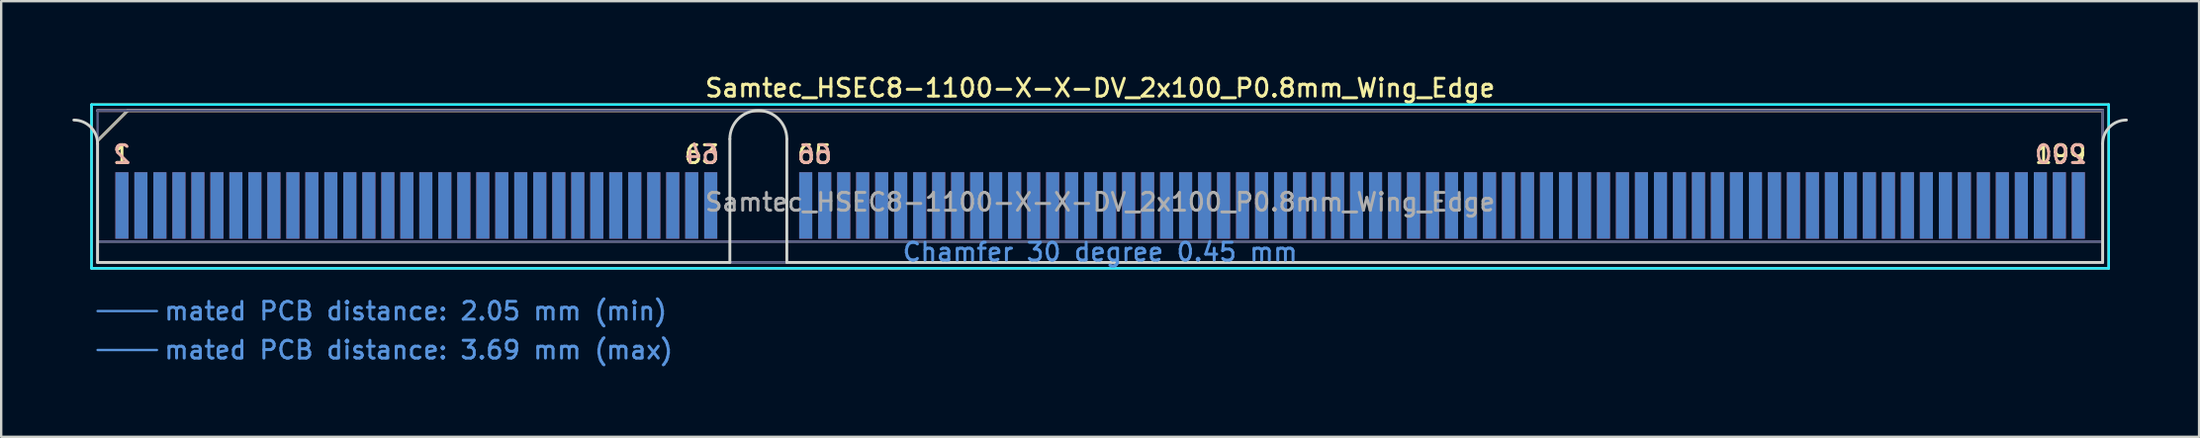
<source format=kicad_pcb>
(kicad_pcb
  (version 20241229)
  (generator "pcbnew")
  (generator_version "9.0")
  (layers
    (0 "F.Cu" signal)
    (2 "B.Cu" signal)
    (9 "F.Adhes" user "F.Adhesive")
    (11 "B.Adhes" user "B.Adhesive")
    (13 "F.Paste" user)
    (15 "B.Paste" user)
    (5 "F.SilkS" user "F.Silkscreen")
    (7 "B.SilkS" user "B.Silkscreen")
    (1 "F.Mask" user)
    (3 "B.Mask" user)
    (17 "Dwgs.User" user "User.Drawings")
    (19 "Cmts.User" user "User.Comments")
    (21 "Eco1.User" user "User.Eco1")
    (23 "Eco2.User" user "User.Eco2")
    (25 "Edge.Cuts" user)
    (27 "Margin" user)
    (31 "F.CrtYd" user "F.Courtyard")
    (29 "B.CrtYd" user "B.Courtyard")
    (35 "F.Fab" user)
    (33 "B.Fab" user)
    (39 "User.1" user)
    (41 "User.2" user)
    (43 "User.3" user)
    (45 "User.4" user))
  (footprint "Samtec_HSEC8-1100-X-X-DV_2x100_P0.8mm_Wing_Edge"
    (layer "F.Cu")
    (at 43.285 8.008)
    (property "Reference" "Samtec_HSEC8-1100-X-X-DV_2x100_P0.8mm_Wing_Edge" (at 0 -7.35 0) (layer "F.SilkS") (effects (font (size 0.75 0.75) (thickness 0.125))))
    (attr exclude_from_pos_files exclude_from_bom)
    (fp_line (start -42.48 -6.65) (end -42.48 0.25) (stroke (width 0.1) (type solid)) (layer "F.SilkS"))
    (fp_line (start -42.48 0.25) (end 42.48 0.25) (stroke (width 0.1) (type solid)) (layer "F.SilkS"))
    (fp_line (start -42.225 -5.13) (end -40.955 -6.4) (stroke (width 0.12) (type solid)) (layer "F.SilkS"))
    (fp_line (start -40.955 -6.4) (end 42.225 -6.4) (stroke (width 0.12) (type solid)) (layer "F.SilkS"))
    (fp_line (start 42.48 -6.65) (end -42.48 -6.65) (stroke (width 0.1) (type solid)) (layer "F.SilkS"))
    (fp_line (start 42.48 0.25) (end 42.48 -6.65) (stroke (width 0.1) (type solid)) (layer "F.SilkS"))
    (fp_line (start -42.225 -6.4) (end -42.225 -6.4) (stroke (width 0.12) (type solid)) (layer "B.SilkS"))
    (fp_line (start -42.225 -6.4) (end 42.225 -6.4) (stroke (width 0.12) (type solid)) (layer "B.SilkS"))
    (fp_line (start -42.225 2.05) (end -39.725 2.05) (stroke (width 0.1) (type solid)) (layer "Cmts.User"))
    (fp_line (start -42.225 3.69) (end -39.725 3.69) (stroke (width 0.1) (type solid)) (layer "Cmts.User"))
    (fp_line (start -42.225 -5) (end -42.225 0) (stroke (width 0.12) (type solid)) (layer "Edge.Cuts"))
    (fp_line (start -42.225 0) (end -15.595 0) (stroke (width 0.12) (type solid)) (layer "Edge.Cuts"))
    (fp_line (start -15.595 0) (end -15.595 -5.2) (stroke (width 0.12) (type solid)) (layer "Edge.Cuts"))
    (fp_line (start -13.195 -5.2) (end -13.195 0) (stroke (width 0.12) (type solid)) (layer "Edge.Cuts"))
    (fp_line (start -13.195 0) (end 42.225 0) (stroke (width 0.12) (type solid)) (layer "Edge.Cuts"))
    (fp_line (start 42.225 0) (end 42.225 -5) (stroke (width 0.12) (type solid)) (layer "Edge.Cuts"))
    (fp_arc (start -43.225 -6) (mid -42.517893 -5.707107) (end -42.225 -5) (stroke (width 0.12) (type solid)) (layer "Edge.Cuts"))
    (fp_arc (start -15.595 -5.2) (mid -14.395 -6.4) (end -13.195 -5.2) (stroke (width 0.12) (type solid)) (layer "Edge.Cuts"))
    (fp_arc (start 42.225 -5) (mid 42.517893 -5.707107) (end 43.225 -6) (stroke (width 0.12) (type solid)) (layer "Edge.Cuts"))
    (fp_line (start -42.48 -6.65) (end -42.48 0.25) (stroke (width 0.1) (type solid)) (layer "B.CrtYd"))
    (fp_line (start -42.48 0.25) (end 42.48 0.25) (stroke (width 0.1) (type solid)) (layer "B.CrtYd"))
    (fp_line (start 42.48 -6.65) (end -42.48 -6.65) (stroke (width 0.1) (type solid)) (layer "B.CrtYd"))
    (fp_line (start 42.48 0.25) (end 42.48 -6.65) (stroke (width 0.1) (type solid)) (layer "B.CrtYd"))
    (fp_line (start -42.225 -6.4) (end -42.225 -6.4) (stroke (width 0.1) (type solid)) (layer "B.Fab"))
    (fp_line (start -42.225 -6.4) (end -42.225 0) (stroke (width 0.1) (type solid)) (layer "B.Fab"))
    (fp_line (start -42.225 -6.4) (end 42.225 -6.4) (stroke (width 0.1) (type solid)) (layer "B.Fab"))
    (fp_line (start -42.225 -0.88) (end 42.225 -0.88) (stroke (width 0.1) (type solid)) (layer "B.Fab"))
    (fp_line (start -42.225 0) (end 42.225 0) (stroke (width 0.1) (type solid)) (layer "B.Fab"))
    (fp_line (start 42.225 -6.4) (end 42.225 0) (stroke (width 0.1) (type solid)) (layer "B.Fab"))
    (fp_line (start -42.225 -5.13) (end -42.225 0) (stroke (width 0.1) (type solid)) (layer "F.Fab"))
    (fp_line (start -42.225 -5.13) (end -40.955 -6.4) (stroke (width 0.1) (type solid)) (layer "F.Fab"))
    (fp_line (start -42.225 -0.88) (end 42.225 -0.88) (stroke (width 0.1) (type solid)) (layer "F.Fab"))
    (fp_line (start -42.225 0) (end 42.225 0) (stroke (width 0.1) (type solid)) (layer "F.Fab"))
    (fp_line (start -40.955 -6.4) (end 42.225 -6.4) (stroke (width 0.1) (type solid)) (layer "F.Fab"))
    (fp_line (start 42.225 -6.4) (end 42.225 0) (stroke (width 0.1) (type solid)) (layer "F.Fab"))
    (fp_text user "199" (at 40.45 -4.55 0) (layer "F.SilkS") (effects (font (size 0.75 0.75) (thickness 0.125))))
    (fp_text user "1" (at -41.2 -4.55 0) (layer "F.SilkS") (effects (font (size 0.75 0.75) (thickness 0.125))))
    (fp_text user "65" (at -12.025 -4.55 0) (layer "F.SilkS") (effects (font (size 0.75 0.75) (thickness 0.125))))
    (fp_text user "63" (at -16.775 -4.55 0) (layer "F.SilkS") (effects (font (size 0.75 0.75) (thickness 0.125))))
    (fp_text user "64" (at -16.775 -4.55 0) (layer "B.SilkS") (effects (font (size 0.75 0.75) (thickness 0.125)) (justify mirror)))
    (fp_text user "200" (at 40.45 -4.55 0) (layer "B.SilkS") (effects (font (size 0.75 0.75) (thickness 0.125)) (justify mirror)))
    (fp_text user "2" (at -41.2 -4.55 0) (layer "B.SilkS") (effects (font (size 0.75 0.75) (thickness 0.125)) (justify mirror)))
    (fp_text user "66" (at -12.025 -4.55 0) (layer "B.SilkS") (effects (font (size 0.75 0.75) (thickness 0.125)) (justify mirror)))
    (fp_text user "mated PCB distance: 2.05 mm (min)" (at -39.48 2.05 0) (layer "Cmts.User") (effects (font (size 0.75 0.75) (thickness 0.125)) (justify left)))
    (fp_text user "mated PCB distance: 3.69 mm (max)" (at -39.48 3.69 0) (layer "Cmts.User") (effects (font (size 0.75 0.75) (thickness 0.125)) (justify left)))
    (fp_text user "Chamfer 30 degree 0.45 mm" (at 0 -0.44 0) (layer "Cmts.User") (effects (font (size 0.75 0.75) (thickness 0.125))))
    (fp_text user "${REFERENCE}" (at 0 -2.54 0) (layer "F.Fab") (effects (font (size 0.75 0.75) (thickness 0.125))))
    (pad "1" connect rect (at -41.2 -2.4) (size 0.55 2.8) (layers "F.Cu" "F.Mask"))
    (pad "2" connect rect (at -41.2 -2.4) (size 0.55 2.8) (layers "B.Cu" "B.Mask"))
    (pad "3" connect rect (at -40.4 -2.4) (size 0.55 2.8) (layers "F.Cu" "F.Mask"))
    (pad "4" connect rect (at -40.4 -2.4) (size 0.55 2.8) (layers "B.Cu" "B.Mask"))
    (pad "5" connect rect (at -39.6 -2.4) (size 0.55 2.8) (layers "F.Cu" "F.Mask"))
    (pad "6" connect rect (at -39.6 -2.4) (size 0.55 2.8) (layers "B.Cu" "B.Mask"))
    (pad "7" connect rect (at -38.8 -2.4) (size 0.55 2.8) (layers "F.Cu" "F.Mask"))
    (pad "8" connect rect (at -38.8 -2.4) (size 0.55 2.8) (layers "B.Cu" "B.Mask"))
    (pad "9" connect rect (at -38 -2.4) (size 0.55 2.8) (layers "F.Cu" "F.Mask"))
    (pad "10" connect rect (at -38 -2.4) (size 0.55 2.8) (layers "B.Cu" "B.Mask"))
    (pad "11" connect rect (at -37.2 -2.4) (size 0.55 2.8) (layers "F.Cu" "F.Mask"))
    (pad "12" connect rect (at -37.2 -2.4) (size 0.55 2.8) (layers "B.Cu" "B.Mask"))
    (pad "13" connect rect (at -36.4 -2.4) (size 0.55 2.8) (layers "F.Cu" "F.Mask"))
    (pad "14" connect rect (at -36.4 -2.4) (size 0.55 2.8) (layers "B.Cu" "B.Mask"))
    (pad "15" connect rect (at -35.6 -2.4) (size 0.55 2.8) (layers "F.Cu" "F.Mask"))
    (pad "16" connect rect (at -35.6 -2.4) (size 0.55 2.8) (layers "B.Cu" "B.Mask"))
    (pad "17" connect rect (at -34.8 -2.4) (size 0.55 2.8) (layers "F.Cu" "F.Mask"))
    (pad "18" connect rect (at -34.8 -2.4) (size 0.55 2.8) (layers "B.Cu" "B.Mask"))
    (pad "19" connect rect (at -34 -2.4) (size 0.55 2.8) (layers "F.Cu" "F.Mask"))
    (pad "20" connect rect (at -34 -2.4) (size 0.55 2.8) (layers "B.Cu" "B.Mask"))
    (pad "21" connect rect (at -33.2 -2.4) (size 0.55 2.8) (layers "F.Cu" "F.Mask"))
    (pad "22" connect rect (at -33.2 -2.4) (size 0.55 2.8) (layers "B.Cu" "B.Mask"))
    (pad "23" connect rect (at -32.4 -2.4) (size 0.55 2.8) (layers "F.Cu" "F.Mask"))
    (pad "24" connect rect (at -32.4 -2.4) (size 0.55 2.8) (layers "B.Cu" "B.Mask"))
    (pad "25" connect rect (at -31.6 -2.4) (size 0.55 2.8) (layers "F.Cu" "F.Mask"))
    (pad "26" connect rect (at -31.6 -2.4) (size 0.55 2.8) (layers "B.Cu" "B.Mask"))
    (pad "27" connect rect (at -30.8 -2.4) (size 0.55 2.8) (layers "F.Cu" "F.Mask"))
    (pad "28" connect rect (at -30.8 -2.4) (size 0.55 2.8) (layers "B.Cu" "B.Mask"))
    (pad "29" connect rect (at -30 -2.4) (size 0.55 2.8) (layers "F.Cu" "F.Mask"))
    (pad "30" connect rect (at -30 -2.4) (size 0.55 2.8) (layers "B.Cu" "B.Mask"))
    (pad "31" connect rect (at -29.2 -2.4) (size 0.55 2.8) (layers "F.Cu" "F.Mask"))
    (pad "32" connect rect (at -29.2 -2.4) (size 0.55 2.8) (layers "B.Cu" "B.Mask"))
    (pad "33" connect rect (at -28.4 -2.4) (size 0.55 2.8) (layers "F.Cu" "F.Mask"))
    (pad "34" connect rect (at -28.4 -2.4) (size 0.55 2.8) (layers "B.Cu" "B.Mask"))
    (pad "35" connect rect (at -27.6 -2.4) (size 0.55 2.8) (layers "F.Cu" "F.Mask"))
    (pad "36" connect rect (at -27.6 -2.4) (size 0.55 2.8) (layers "B.Cu" "B.Mask"))
    (pad "37" connect rect (at -26.8 -2.4) (size 0.55 2.8) (layers "F.Cu" "F.Mask"))
    (pad "38" connect rect (at -26.8 -2.4) (size 0.55 2.8) (layers "B.Cu" "B.Mask"))
    (pad "39" connect rect (at -26 -2.4) (size 0.55 2.8) (layers "F.Cu" "F.Mask"))
    (pad "40" connect rect (at -26 -2.4) (size 0.55 2.8) (layers "B.Cu" "B.Mask"))
    (pad "41" connect rect (at -25.2 -2.4) (size 0.55 2.8) (layers "F.Cu" "F.Mask"))
    (pad "42" connect rect (at -25.2 -2.4) (size 0.55 2.8) (layers "B.Cu" "B.Mask"))
    (pad "43" connect rect (at -24.4 -2.4) (size 0.55 2.8) (layers "F.Cu" "F.Mask"))
    (pad "44" connect rect (at -24.4 -2.4) (size 0.55 2.8) (layers "B.Cu" "B.Mask"))
    (pad "45" connect rect (at -23.6 -2.4) (size 0.55 2.8) (layers "F.Cu" "F.Mask"))
    (pad "46" connect rect (at -23.6 -2.4) (size 0.55 2.8) (layers "B.Cu" "B.Mask"))
    (pad "47" connect rect (at -22.8 -2.4) (size 0.55 2.8) (layers "F.Cu" "F.Mask"))
    (pad "48" connect rect (at -22.8 -2.4) (size 0.55 2.8) (layers "B.Cu" "B.Mask"))
    (pad "49" connect rect (at -22 -2.4) (size 0.55 2.8) (layers "F.Cu" "F.Mask"))
    (pad "50" connect rect (at -22 -2.4) (size 0.55 2.8) (layers "B.Cu" "B.Mask"))
    (pad "51" connect rect (at -21.2 -2.4) (size 0.55 2.8) (layers "F.Cu" "F.Mask"))
    (pad "52" connect rect (at -21.2 -2.4) (size 0.55 2.8) (layers "B.Cu" "B.Mask"))
    (pad "53" connect rect (at -20.4 -2.4) (size 0.55 2.8) (layers "F.Cu" "F.Mask"))
    (pad "54" connect rect (at -20.4 -2.4) (size 0.55 2.8) (layers "B.Cu" "B.Mask"))
    (pad "55" connect rect (at -19.6 -2.4) (size 0.55 2.8) (layers "F.Cu" "F.Mask"))
    (pad "56" connect rect (at -19.6 -2.4) (size 0.55 2.8) (layers "B.Cu" "B.Mask"))
    (pad "57" connect rect (at -18.8 -2.4) (size 0.55 2.8) (layers "F.Cu" "F.Mask"))
    (pad "58" connect rect (at -18.8 -2.4) (size 0.55 2.8) (layers "B.Cu" "B.Mask"))
    (pad "59" connect rect (at -18 -2.4) (size 0.55 2.8) (layers "F.Cu" "F.Mask"))
    (pad "60" connect rect (at -18 -2.4) (size 0.55 2.8) (layers "B.Cu" "B.Mask"))
    (pad "61" connect rect (at -17.2 -2.4) (size 0.55 2.8) (layers "F.Cu" "F.Mask"))
    (pad "62" connect rect (at -17.2 -2.4) (size 0.55 2.8) (layers "B.Cu" "B.Mask"))
    (pad "63" connect rect (at -16.4 -2.4) (size 0.55 2.8) (layers "F.Cu" "F.Mask"))
    (pad "64" connect rect (at -16.4 -2.4) (size 0.55 2.8) (layers "B.Cu" "B.Mask"))
    (pad "65" connect rect (at -12.4 -2.4) (size 0.55 2.8) (layers "F.Cu" "F.Mask"))
    (pad "66" connect rect (at -12.4 -2.4) (size 0.55 2.8) (layers "B.Cu" "B.Mask"))
    (pad "67" connect rect (at -11.6 -2.4) (size 0.55 2.8) (layers "F.Cu" "F.Mask"))
    (pad "68" connect rect (at -11.6 -2.4) (size 0.55 2.8) (layers "B.Cu" "B.Mask"))
    (pad "69" connect rect (at -10.8 -2.4) (size 0.55 2.8) (layers "F.Cu" "F.Mask"))
    (pad "70" connect rect (at -10.8 -2.4) (size 0.55 2.8) (layers "B.Cu" "B.Mask"))
    (pad "71" connect rect (at -10 -2.4) (size 0.55 2.8) (layers "F.Cu" "F.Mask"))
    (pad "72" connect rect (at -10 -2.4) (size 0.55 2.8) (layers "B.Cu" "B.Mask"))
    (pad "73" connect rect (at -9.2 -2.4) (size 0.55 2.8) (layers "F.Cu" "F.Mask"))
    (pad "74" connect rect (at -9.2 -2.4) (size 0.55 2.8) (layers "B.Cu" "B.Mask"))
    (pad "75" connect rect (at -8.4 -2.4) (size 0.55 2.8) (layers "F.Cu" "F.Mask"))
    (pad "76" connect rect (at -8.4 -2.4) (size 0.55 2.8) (layers "B.Cu" "B.Mask"))
    (pad "77" connect rect (at -7.6 -2.4) (size 0.55 2.8) (layers "F.Cu" "F.Mask"))
    (pad "78" connect rect (at -7.6 -2.4) (size 0.55 2.8) (layers "B.Cu" "B.Mask"))
    (pad "79" connect rect (at -6.8 -2.4) (size 0.55 2.8) (layers "F.Cu" "F.Mask"))
    (pad "80" connect rect (at -6.8 -2.4) (size 0.55 2.8) (layers "B.Cu" "B.Mask"))
    (pad "81" connect rect (at -6 -2.4) (size 0.55 2.8) (layers "F.Cu" "F.Mask"))
    (pad "82" connect rect (at -6 -2.4) (size 0.55 2.8) (layers "B.Cu" "B.Mask"))
    (pad "83" connect rect (at -5.2 -2.4) (size 0.55 2.8) (layers "F.Cu" "F.Mask"))
    (pad "84" connect rect (at -5.2 -2.4) (size 0.55 2.8) (layers "B.Cu" "B.Mask"))
    (pad "85" connect rect (at -4.4 -2.4) (size 0.55 2.8) (layers "F.Cu" "F.Mask"))
    (pad "86" connect rect (at -4.4 -2.4) (size 0.55 2.8) (layers "B.Cu" "B.Mask"))
    (pad "87" connect rect (at -3.6 -2.4) (size 0.55 2.8) (layers "F.Cu" "F.Mask"))
    (pad "88" connect rect (at -3.6 -2.4) (size 0.55 2.8) (layers "B.Cu" "B.Mask"))
    (pad "89" connect rect (at -2.8 -2.4) (size 0.55 2.8) (layers "F.Cu" "F.Mask"))
    (pad "90" connect rect (at -2.8 -2.4) (size 0.55 2.8) (layers "B.Cu" "B.Mask"))
    (pad "91" connect rect (at -2 -2.4) (size 0.55 2.8) (layers "F.Cu" "F.Mask"))
    (pad "92" connect rect (at -2 -2.4) (size 0.55 2.8) (layers "B.Cu" "B.Mask"))
    (pad "93" connect rect (at -1.2 -2.4) (size 0.55 2.8) (layers "F.Cu" "F.Mask"))
    (pad "94" connect rect (at -1.2 -2.4) (size 0.55 2.8) (layers "B.Cu" "B.Mask"))
    (pad "95" connect rect (at -0.4 -2.4) (size 0.55 2.8) (layers "F.Cu" "F.Mask"))
    (pad "96" connect rect (at -0.4 -2.4) (size 0.55 2.8) (layers "B.Cu" "B.Mask"))
    (pad "97" connect rect (at 0.4 -2.4) (size 0.55 2.8) (layers "F.Cu" "F.Mask"))
    (pad "98" connect rect (at 0.4 -2.4) (size 0.55 2.8) (layers "B.Cu" "B.Mask"))
    (pad "99" connect rect (at 1.2 -2.4) (size 0.55 2.8) (layers "F.Cu" "F.Mask"))
    (pad "100" connect rect (at 1.2 -2.4) (size 0.55 2.8) (layers "B.Cu" "B.Mask"))
    (pad "101" connect rect (at 2 -2.4) (size 0.55 2.8) (layers "F.Cu" "F.Mask"))
    (pad "102" connect rect (at 2 -2.4) (size 0.55 2.8) (layers "B.Cu" "B.Mask"))
    (pad "103" connect rect (at 2.8 -2.4) (size 0.55 2.8) (layers "F.Cu" "F.Mask"))
    (pad "104" connect rect (at 2.8 -2.4) (size 0.55 2.8) (layers "B.Cu" "B.Mask"))
    (pad "105" connect rect (at 3.6 -2.4) (size 0.55 2.8) (layers "F.Cu" "F.Mask"))
    (pad "106" connect rect (at 3.6 -2.4) (size 0.55 2.8) (layers "B.Cu" "B.Mask"))
    (pad "107" connect rect (at 4.4 -2.4) (size 0.55 2.8) (layers "F.Cu" "F.Mask"))
    (pad "108" connect rect (at 4.4 -2.4) (size 0.55 2.8) (layers "B.Cu" "B.Mask"))
    (pad "109" connect rect (at 5.2 -2.4) (size 0.55 2.8) (layers "F.Cu" "F.Mask"))
    (pad "110" connect rect (at 5.2 -2.4) (size 0.55 2.8) (layers "B.Cu" "B.Mask"))
    (pad "111" connect rect (at 6 -2.4) (size 0.55 2.8) (layers "F.Cu" "F.Mask"))
    (pad "112" connect rect (at 6 -2.4) (size 0.55 2.8) (layers "B.Cu" "B.Mask"))
    (pad "113" connect rect (at 6.8 -2.4) (size 0.55 2.8) (layers "F.Cu" "F.Mask"))
    (pad "114" connect rect (at 6.8 -2.4) (size 0.55 2.8) (layers "B.Cu" "B.Mask"))
    (pad "115" connect rect (at 7.6 -2.4) (size 0.55 2.8) (layers "F.Cu" "F.Mask"))
    (pad "116" connect rect (at 7.6 -2.4) (size 0.55 2.8) (layers "B.Cu" "B.Mask"))
    (pad "117" connect rect (at 8.4 -2.4) (size 0.55 2.8) (layers "F.Cu" "F.Mask"))
    (pad "118" connect rect (at 8.4 -2.4) (size 0.55 2.8) (layers "B.Cu" "B.Mask"))
    (pad "119" connect rect (at 9.2 -2.4) (size 0.55 2.8) (layers "F.Cu" "F.Mask"))
    (pad "120" connect rect (at 9.2 -2.4) (size 0.55 2.8) (layers "B.Cu" "B.Mask"))
    (pad "121" connect rect (at 10 -2.4) (size 0.55 2.8) (layers "F.Cu" "F.Mask"))
    (pad "122" connect rect (at 10 -2.4) (size 0.55 2.8) (layers "B.Cu" "B.Mask"))
    (pad "123" connect rect (at 10.8 -2.4) (size 0.55 2.8) (layers "F.Cu" "F.Mask"))
    (pad "124" connect rect (at 10.8 -2.4) (size 0.55 2.8) (layers "B.Cu" "B.Mask"))
    (pad "125" connect rect (at 11.6 -2.4) (size 0.55 2.8) (layers "F.Cu" "F.Mask"))
    (pad "126" connect rect (at 11.6 -2.4) (size 0.55 2.8) (layers "B.Cu" "B.Mask"))
    (pad "127" connect rect (at 12.4 -2.4) (size 0.55 2.8) (layers "F.Cu" "F.Mask"))
    (pad "128" connect rect (at 12.4 -2.4) (size 0.55 2.8) (layers "B.Cu" "B.Mask"))
    (pad "129" connect rect (at 13.2 -2.4) (size 0.55 2.8) (layers "F.Cu" "F.Mask"))
    (pad "130" connect rect (at 13.2 -2.4) (size 0.55 2.8) (layers "B.Cu" "B.Mask"))
    (pad "131" connect rect (at 14 -2.4) (size 0.55 2.8) (layers "F.Cu" "F.Mask"))
    (pad "132" connect rect (at 14 -2.4) (size 0.55 2.8) (layers "B.Cu" "B.Mask"))
    (pad "133" connect rect (at 14.8 -2.4) (size 0.55 2.8) (layers "F.Cu" "F.Mask"))
    (pad "134" connect rect (at 14.8 -2.4) (size 0.55 2.8) (layers "B.Cu" "B.Mask"))
    (pad "135" connect rect (at 15.6 -2.4) (size 0.55 2.8) (layers "F.Cu" "F.Mask"))
    (pad "136" connect rect (at 15.6 -2.4) (size 0.55 2.8) (layers "B.Cu" "B.Mask"))
    (pad "137" connect rect (at 16.4 -2.4) (size 0.55 2.8) (layers "F.Cu" "F.Mask"))
    (pad "138" connect rect (at 16.4 -2.4) (size 0.55 2.8) (layers "B.Cu" "B.Mask"))
    (pad "139" connect rect (at 17.2 -2.4) (size 0.55 2.8) (layers "F.Cu" "F.Mask"))
    (pad "140" connect rect (at 17.2 -2.4) (size 0.55 2.8) (layers "B.Cu" "B.Mask"))
    (pad "141" connect rect (at 18 -2.4) (size 0.55 2.8) (layers "F.Cu" "F.Mask"))
    (pad "142" connect rect (at 18 -2.4) (size 0.55 2.8) (layers "B.Cu" "B.Mask"))
    (pad "143" connect rect (at 18.8 -2.4) (size 0.55 2.8) (layers "F.Cu" "F.Mask"))
    (pad "144" connect rect (at 18.8 -2.4) (size 0.55 2.8) (layers "B.Cu" "B.Mask"))
    (pad "145" connect rect (at 19.6 -2.4) (size 0.55 2.8) (layers "F.Cu" "F.Mask"))
    (pad "146" connect rect (at 19.6 -2.4) (size 0.55 2.8) (layers "B.Cu" "B.Mask"))
    (pad "147" connect rect (at 20.4 -2.4) (size 0.55 2.8) (layers "F.Cu" "F.Mask"))
    (pad "148" connect rect (at 20.4 -2.4) (size 0.55 2.8) (layers "B.Cu" "B.Mask"))
    (pad "149" connect rect (at 21.2 -2.4) (size 0.55 2.8) (layers "F.Cu" "F.Mask"))
    (pad "150" connect rect (at 21.2 -2.4) (size 0.55 2.8) (layers "B.Cu" "B.Mask"))
    (pad "151" connect rect (at 22 -2.4) (size 0.55 2.8) (layers "F.Cu" "F.Mask"))
    (pad "152" connect rect (at 22 -2.4) (size 0.55 2.8) (layers "B.Cu" "B.Mask"))
    (pad "153" connect rect (at 22.8 -2.4) (size 0.55 2.8) (layers "F.Cu" "F.Mask"))
    (pad "154" connect rect (at 22.8 -2.4) (size 0.55 2.8) (layers "B.Cu" "B.Mask"))
    (pad "155" connect rect (at 23.6 -2.4) (size 0.55 2.8) (layers "F.Cu" "F.Mask"))
    (pad "156" connect rect (at 23.6 -2.4) (size 0.55 2.8) (layers "B.Cu" "B.Mask"))
    (pad "157" connect rect (at 24.4 -2.4) (size 0.55 2.8) (layers "F.Cu" "F.Mask"))
    (pad "158" connect rect (at 24.4 -2.4) (size 0.55 2.8) (layers "B.Cu" "B.Mask"))
    (pad "159" connect rect (at 25.2 -2.4) (size 0.55 2.8) (layers "F.Cu" "F.Mask"))
    (pad "160" connect rect (at 25.2 -2.4) (size 0.55 2.8) (layers "B.Cu" "B.Mask"))
    (pad "161" connect rect (at 26 -2.4) (size 0.55 2.8) (layers "F.Cu" "F.Mask"))
    (pad "162" connect rect (at 26 -2.4) (size 0.55 2.8) (layers "B.Cu" "B.Mask"))
    (pad "163" connect rect (at 26.8 -2.4) (size 0.55 2.8) (layers "F.Cu" "F.Mask"))
    (pad "164" connect rect (at 26.8 -2.4) (size 0.55 2.8) (layers "B.Cu" "B.Mask"))
    (pad "165" connect rect (at 27.6 -2.4) (size 0.55 2.8) (layers "F.Cu" "F.Mask"))
    (pad "166" connect rect (at 27.6 -2.4) (size 0.55 2.8) (layers "B.Cu" "B.Mask"))
    (pad "167" connect rect (at 28.4 -2.4) (size 0.55 2.8) (layers "F.Cu" "F.Mask"))
    (pad "168" connect rect (at 28.4 -2.4) (size 0.55 2.8) (layers "B.Cu" "B.Mask"))
    (pad "169" connect rect (at 29.2 -2.4) (size 0.55 2.8) (layers "F.Cu" "F.Mask"))
    (pad "170" connect rect (at 29.2 -2.4) (size 0.55 2.8) (layers "B.Cu" "B.Mask"))
    (pad "171" connect rect (at 30 -2.4) (size 0.55 2.8) (layers "F.Cu" "F.Mask"))
    (pad "172" connect rect (at 30 -2.4) (size 0.55 2.8) (layers "B.Cu" "B.Mask"))
    (pad "173" connect rect (at 30.8 -2.4) (size 0.55 2.8) (layers "F.Cu" "F.Mask"))
    (pad "174" connect rect (at 30.8 -2.4) (size 0.55 2.8) (layers "B.Cu" "B.Mask"))
    (pad "175" connect rect (at 31.6 -2.4) (size 0.55 2.8) (layers "F.Cu" "F.Mask"))
    (pad "176" connect rect (at 31.6 -2.4) (size 0.55 2.8) (layers "B.Cu" "B.Mask"))
    (pad "177" connect rect (at 32.4 -2.4) (size 0.55 2.8) (layers "F.Cu" "F.Mask"))
    (pad "178" connect rect (at 32.4 -2.4) (size 0.55 2.8) (layers "B.Cu" "B.Mask"))
    (pad "179" connect rect (at 33.2 -2.4) (size 0.55 2.8) (layers "F.Cu" "F.Mask"))
    (pad "180" connect rect (at 33.2 -2.4) (size 0.55 2.8) (layers "B.Cu" "B.Mask"))
    (pad "181" connect rect (at 34 -2.4) (size 0.55 2.8) (layers "F.Cu" "F.Mask"))
    (pad "182" connect rect (at 34 -2.4) (size 0.55 2.8) (layers "B.Cu" "B.Mask"))
    (pad "183" connect rect (at 34.8 -2.4) (size 0.55 2.8) (layers "F.Cu" "F.Mask"))
    (pad "184" connect rect (at 34.8 -2.4) (size 0.55 2.8) (layers "B.Cu" "B.Mask"))
    (pad "185" connect rect (at 35.6 -2.4) (size 0.55 2.8) (layers "F.Cu" "F.Mask"))
    (pad "186" connect rect (at 35.6 -2.4) (size 0.55 2.8) (layers "B.Cu" "B.Mask"))
    (pad "187" connect rect (at 36.4 -2.4) (size 0.55 2.8) (layers "F.Cu" "F.Mask"))
    (pad "188" connect rect (at 36.4 -2.4) (size 0.55 2.8) (layers "B.Cu" "B.Mask"))
    (pad "189" connect rect (at 37.2 -2.4) (size 0.55 2.8) (layers "F.Cu" "F.Mask"))
    (pad "190" connect rect (at 37.2 -2.4) (size 0.55 2.8) (layers "B.Cu" "B.Mask"))
    (pad "191" connect rect (at 38 -2.4) (size 0.55 2.8) (layers "F.Cu" "F.Mask"))
    (pad "192" connect rect (at 38 -2.4) (size 0.55 2.8) (layers "B.Cu" "B.Mask"))
    (pad "193" connect rect (at 38.8 -2.4) (size 0.55 2.8) (layers "F.Cu" "F.Mask"))
    (pad "194" connect rect (at 38.8 -2.4) (size 0.55 2.8) (layers "B.Cu" "B.Mask"))
    (pad "195" connect rect (at 39.6 -2.4) (size 0.55 2.8) (layers "F.Cu" "F.Mask"))
    (pad "196" connect rect (at 39.6 -2.4) (size 0.55 2.8) (layers "B.Cu" "B.Mask"))
    (pad "197" connect rect (at 40.4 -2.4) (size 0.55 2.8) (layers "F.Cu" "F.Mask"))
    (pad "198" connect rect (at 40.4 -2.4) (size 0.55 2.8) (layers "B.Cu" "B.Mask"))
    (pad "199" connect rect (at 41.2 -2.4) (size 0.55 2.8) (layers "F.Cu" "F.Mask"))
    (pad "200" connect rect (at 41.2 -2.4) (size 0.55 2.8) (layers "B.Cu" "B.Mask")))
  (gr_rect
    (start -3 -3)
    (end 89.57 15.356)
    (stroke (width 0.1) (type default))
    (fill no)
    (layer "Edge.Cuts")))
</source>
